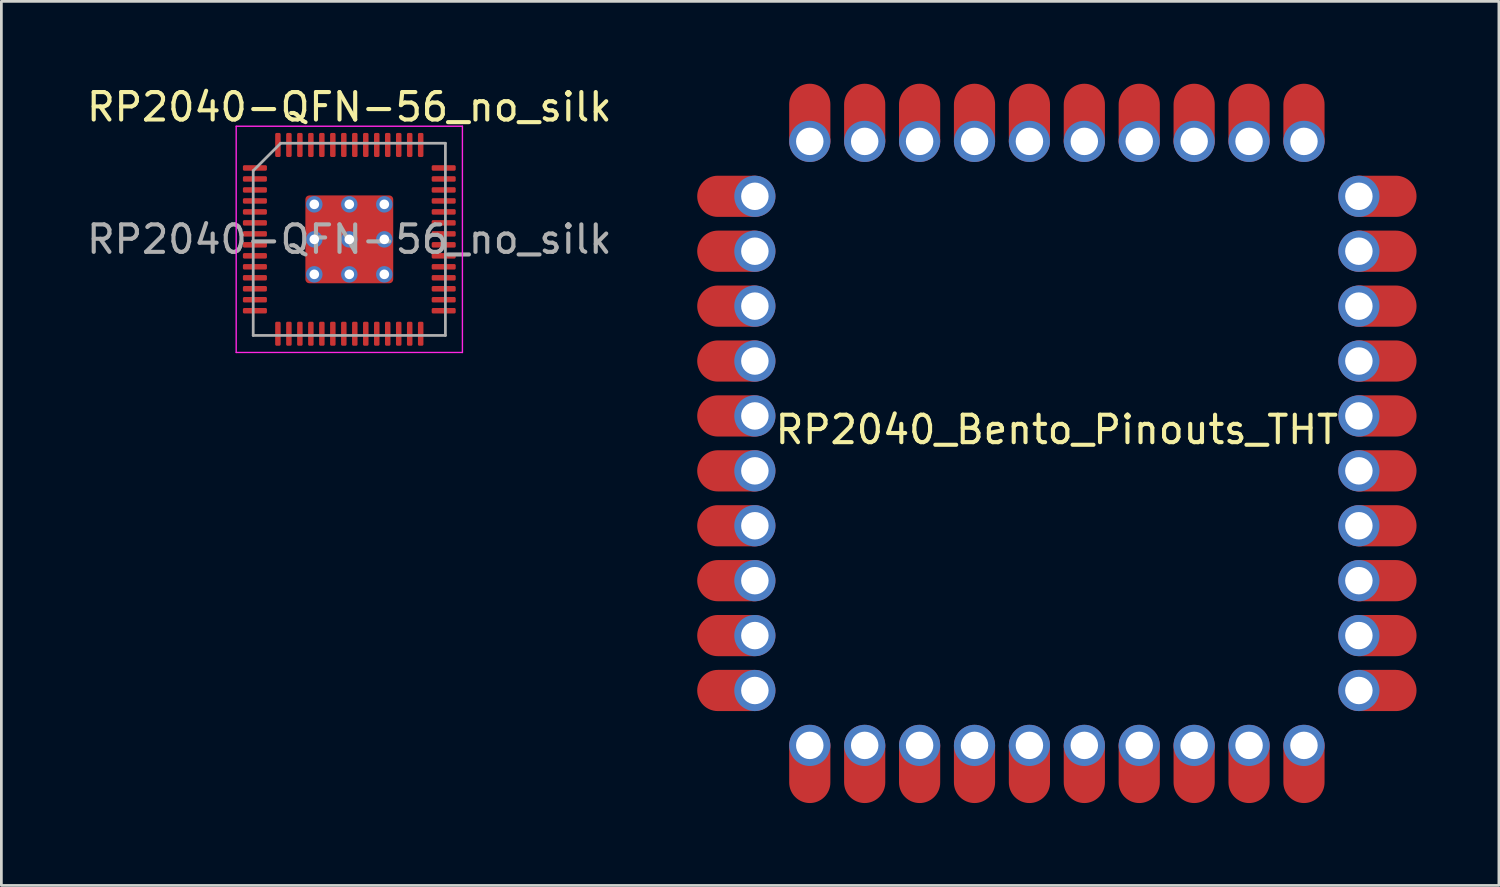
<source format=kicad_pcb>
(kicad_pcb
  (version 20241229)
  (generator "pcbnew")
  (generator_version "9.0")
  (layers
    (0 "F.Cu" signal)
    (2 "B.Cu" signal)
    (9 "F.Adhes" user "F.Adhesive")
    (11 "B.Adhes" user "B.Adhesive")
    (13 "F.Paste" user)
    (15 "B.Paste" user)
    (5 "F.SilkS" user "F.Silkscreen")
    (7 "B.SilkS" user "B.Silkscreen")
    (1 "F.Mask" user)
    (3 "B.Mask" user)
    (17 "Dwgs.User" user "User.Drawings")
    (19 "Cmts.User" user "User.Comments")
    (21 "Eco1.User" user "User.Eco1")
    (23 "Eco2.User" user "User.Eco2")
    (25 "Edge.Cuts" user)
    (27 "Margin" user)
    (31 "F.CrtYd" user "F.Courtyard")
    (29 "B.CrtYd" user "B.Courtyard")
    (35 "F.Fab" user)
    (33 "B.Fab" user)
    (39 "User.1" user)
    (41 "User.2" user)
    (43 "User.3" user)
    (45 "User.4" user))
  (footprint "RP2040_Bento_Pinouts_THT"
    (layer "F.Cu")
    (at 35.445 13.1)
    (property "Reference" "RP2040_Bento_Pinouts_THT" (at 0 -0.5 0) (unlocked yes) (layer "F.SilkS") (effects (font (size 1 1) (thickness 0.15))))
    (pad "1" thru_hole circle (at -11 -9) (size 1.5 1.5) (drill 1) (layers "*.Cu" "*.Mask"))
    (pad "1" smd oval (at -11 -9) (size 2.8 1.5) (drill (offset -0.7 0)) (layers "F.Cu" "F.Mask" "F.Paste"))
    (pad "2" thru_hole circle (at -11 -7) (size 1.5 1.5) (drill 1) (layers "*.Cu" "*.Mask"))
    (pad "2" smd oval (at -11 -7) (size 2.8 1.5) (drill (offset -0.7 0)) (layers "F.Cu" "F.Mask" "F.Paste"))
    (pad "3" thru_hole circle (at -11 -5) (size 1.5 1.5) (drill 1) (layers "*.Cu" "*.Mask"))
    (pad "3" smd oval (at -11 -5) (size 2.8 1.5) (drill (offset -0.7 0)) (layers "F.Cu" "F.Mask" "F.Paste"))
    (pad "4" thru_hole circle (at -11 -3) (size 1.5 1.5) (drill 1) (layers "*.Cu" "*.Mask"))
    (pad "4" smd oval (at -11 -3) (size 2.8 1.5) (drill (offset -0.7 0)) (layers "F.Cu" "F.Mask" "F.Paste"))
    (pad "5" thru_hole circle (at -11 -1) (size 1.5 1.5) (drill 1) (layers "*.Cu" "*.Mask"))
    (pad "5" smd oval (at -11 -1) (size 2.8 1.5) (drill (offset -0.7 0)) (layers "F.Cu" "F.Mask" "F.Paste"))
    (pad "6" thru_hole circle (at -11 1) (size 1.5 1.5) (drill 1) (layers "*.Cu" "*.Mask"))
    (pad "6" smd oval (at -11 1) (size 2.8 1.5) (drill (offset -0.7 0)) (layers "F.Cu" "F.Mask" "F.Paste"))
    (pad "7" thru_hole circle (at -11 3) (size 1.5 1.5) (drill 1) (layers "*.Cu" "*.Mask"))
    (pad "7" smd oval (at -11 3) (size 2.8 1.5) (drill (offset -0.7 0)) (layers "F.Cu" "F.Mask" "F.Paste"))
    (pad "8" thru_hole circle (at -11 5) (size 1.5 1.5) (drill 1) (layers "*.Cu" "*.Mask"))
    (pad "8" smd oval (at -11 5) (size 2.8 1.5) (drill (offset -0.7 0)) (layers "F.Cu" "F.Mask" "F.Paste"))
    (pad "9" thru_hole circle (at -11 7) (size 1.5 1.5) (drill 1) (layers "*.Cu" "*.Mask"))
    (pad "9" smd oval (at -11 7) (size 2.8 1.5) (drill (offset -0.7 0)) (layers "F.Cu" "F.Mask" "F.Paste"))
    (pad "10" thru_hole circle (at -11 9) (size 1.5 1.5) (drill 1) (layers "*.Cu" "*.Mask"))
    (pad "10" smd oval (at -11 9) (size 2.8 1.5) (drill (offset -0.7 0)) (layers "F.Cu" "F.Mask" "F.Paste"))
    (pad "11" thru_hole circle (at -9 11) (size 1.5 1.5) (drill 1) (layers "*.Cu" "*.Mask"))
    (pad "11" smd oval (at -9 11 90) (size 2.8 1.5) (drill (offset -0.7 0)) (layers "F.Cu" "F.Mask" "F.Paste"))
    (pad "12" thru_hole circle (at -7 11) (size 1.5 1.5) (drill 1) (layers "*.Cu" "*.Mask"))
    (pad "12" smd oval (at -7 11 90) (size 2.8 1.5) (drill (offset -0.7 0)) (layers "F.Cu" "F.Mask" "F.Paste"))
    (pad "13" thru_hole circle (at -5 11) (size 1.5 1.5) (drill 1) (layers "*.Cu" "*.Mask"))
    (pad "13" smd oval (at -5 11 90) (size 2.8 1.5) (drill (offset -0.7 0)) (layers "F.Cu" "F.Mask" "F.Paste"))
    (pad "14" thru_hole circle (at -3 11) (size 1.5 1.5) (drill 1) (layers "*.Cu" "*.Mask"))
    (pad "14" smd oval (at -3 11 90) (size 2.8 1.5) (drill (offset -0.7 0)) (layers "F.Cu" "F.Mask" "F.Paste"))
    (pad "15" thru_hole circle (at -1 11) (size 1.5 1.5) (drill 1) (layers "*.Cu" "*.Mask"))
    (pad "15" smd oval (at -1 11 90) (size 2.8 1.5) (drill (offset -0.7 0)) (layers "F.Cu" "F.Mask" "F.Paste"))
    (pad "16" thru_hole circle (at 1 11) (size 1.5 1.5) (drill 1) (layers "*.Cu" "*.Mask"))
    (pad "16" smd oval (at 1 11 90) (size 2.8 1.5) (drill (offset -0.7 0)) (layers "F.Cu" "F.Mask" "F.Paste"))
    (pad "17" thru_hole circle (at 3 11) (size 1.5 1.5) (drill 1) (layers "*.Cu" "*.Mask"))
    (pad "17" smd oval (at 3 11 90) (size 2.8 1.5) (drill (offset -0.7 0)) (layers "F.Cu" "F.Mask" "F.Paste"))
    (pad "18" thru_hole circle (at 5 11) (size 1.5 1.5) (drill 1) (layers "*.Cu" "*.Mask"))
    (pad "18" smd oval (at 5 11 90) (size 2.8 1.5) (drill (offset -0.7 0)) (layers "F.Cu" "F.Mask" "F.Paste"))
    (pad "19" thru_hole circle (at 7 11) (size 1.5 1.5) (drill 1) (layers "*.Cu" "*.Mask"))
    (pad "19" smd oval (at 7 11 90) (size 2.8 1.5) (drill (offset -0.7 0)) (layers "F.Cu" "F.Mask" "F.Paste"))
    (pad "20" thru_hole circle (at 9 11) (size 1.5 1.5) (drill 1) (layers "*.Cu" "*.Mask"))
    (pad "20" smd oval (at 9 11 90) (size 2.8 1.5) (drill (offset -0.7 0)) (layers "F.Cu" "F.Mask" "F.Paste"))
    (pad "21" thru_hole circle (at 11 9) (size 1.5 1.5) (drill 1) (layers "*.Cu" "*.Mask"))
    (pad "21" smd oval (at 11 9 180) (size 2.8 1.5) (drill (offset -0.7 0)) (layers "F.Cu" "F.Mask" "F.Paste"))
    (pad "22" thru_hole circle (at 11 7) (size 1.5 1.5) (drill 1) (layers "*.Cu" "*.Mask"))
    (pad "22" smd oval (at 11 7 180) (size 2.8 1.5) (drill (offset -0.7 0)) (layers "F.Cu" "F.Mask" "F.Paste"))
    (pad "23" thru_hole circle (at 11 5) (size 1.5 1.5) (drill 1) (layers "*.Cu" "*.Mask"))
    (pad "23" smd oval (at 11 5 180) (size 2.8 1.5) (drill (offset -0.7 0)) (layers "F.Cu" "F.Mask" "F.Paste"))
    (pad "24" thru_hole circle (at 11 3) (size 1.5 1.5) (drill 1) (layers "*.Cu" "*.Mask"))
    (pad "24" smd oval (at 11 3 180) (size 2.8 1.5) (drill (offset -0.7 0)) (layers "F.Cu" "F.Mask" "F.Paste"))
    (pad "25" thru_hole circle (at 11 1) (size 1.5 1.5) (drill 1) (layers "*.Cu" "*.Mask"))
    (pad "25" smd oval (at 11 1 180) (size 2.8 1.5) (drill (offset -0.7 0)) (layers "F.Cu" "F.Mask" "F.Paste"))
    (pad "26" thru_hole circle (at 11 -1) (size 1.5 1.5) (drill 1) (layers "*.Cu" "*.Mask"))
    (pad "26" smd oval (at 11 -1 180) (size 2.8 1.5) (drill (offset -0.7 0)) (layers "F.Cu" "F.Mask" "F.Paste"))
    (pad "27" thru_hole circle (at 11 -3) (size 1.5 1.5) (drill 1) (layers "*.Cu" "*.Mask"))
    (pad "27" smd oval (at 11 -3 180) (size 2.8 1.5) (drill (offset -0.7 0)) (layers "F.Cu" "F.Mask" "F.Paste"))
    (pad "28" thru_hole circle (at 11 -5) (size 1.5 1.5) (drill 1) (layers "*.Cu" "*.Mask"))
    (pad "28" smd oval (at 11 -5 180) (size 2.8 1.5) (drill (offset -0.7 0)) (layers "F.Cu" "F.Mask" "F.Paste"))
    (pad "29" thru_hole circle (at 11 -7) (size 1.5 1.5) (drill 1) (layers "*.Cu" "*.Mask"))
    (pad "29" smd oval (at 11 -7 180) (size 2.8 1.5) (drill (offset -0.7 0)) (layers "F.Cu" "F.Mask" "F.Paste"))
    (pad "30" thru_hole circle (at 11 -9) (size 1.5 1.5) (drill 1) (layers "*.Cu" "*.Mask"))
    (pad "30" smd oval (at 11 -9 180) (size 2.8 1.5) (drill (offset -0.7 0)) (layers "F.Cu" "F.Mask" "F.Paste"))
    (pad "31" thru_hole circle (at 9 -11) (size 1.5 1.5) (drill 1) (layers "*.Cu" "*.Mask"))
    (pad "31" smd oval (at 9 -11 270) (size 2.8 1.5) (drill (offset -0.7 0)) (layers "F.Cu" "F.Mask" "F.Paste"))
    (pad "32" thru_hole circle (at 7 -11) (size 1.5 1.5) (drill 1) (layers "*.Cu" "*.Mask"))
    (pad "32" smd oval (at 7 -11 270) (size 2.8 1.5) (drill (offset -0.7 0)) (layers "F.Cu" "F.Mask" "F.Paste"))
    (pad "33" thru_hole circle (at 5 -11) (size 1.5 1.5) (drill 1) (layers "*.Cu" "*.Mask"))
    (pad "33" smd oval (at 5 -11 270) (size 2.8 1.5) (drill (offset -0.7 0)) (layers "F.Cu" "F.Mask" "F.Paste"))
    (pad "34" thru_hole circle (at 3 -11) (size 1.5 1.5) (drill 1) (layers "*.Cu" "*.Mask"))
    (pad "34" smd oval (at 3 -11 270) (size 2.8 1.5) (drill (offset -0.7 0)) (layers "F.Cu" "F.Mask" "F.Paste"))
    (pad "35" thru_hole circle (at 1 -11) (size 1.5 1.5) (drill 1) (layers "*.Cu" "*.Mask"))
    (pad "35" smd oval (at 1 -11 270) (size 2.8 1.5) (drill (offset -0.7 0)) (layers "F.Cu" "F.Mask" "F.Paste"))
    (pad "36" thru_hole circle (at -1 -11) (size 1.5 1.5) (drill 1) (layers "*.Cu" "*.Mask"))
    (pad "36" smd oval (at -1 -11 270) (size 2.8 1.5) (drill (offset -0.7 0)) (layers "F.Cu" "F.Mask" "F.Paste"))
    (pad "37" thru_hole circle (at -3 -11) (size 1.5 1.5) (drill 1) (layers "*.Cu" "*.Mask"))
    (pad "37" smd oval (at -3 -11 270) (size 2.8 1.5) (drill (offset -0.7 0)) (layers "F.Cu" "F.Mask" "F.Paste"))
    (pad "38" thru_hole circle (at -5 -11) (size 1.5 1.5) (drill 1) (layers "*.Cu" "*.Mask"))
    (pad "38" smd oval (at -5 -11 270) (size 2.8 1.5) (drill (offset -0.7 0)) (layers "F.Cu" "F.Mask" "F.Paste"))
    (pad "39" thru_hole circle (at -7 -11) (size 1.5 1.5) (drill 1) (layers "*.Cu" "*.Mask"))
    (pad "39" smd oval (at -7 -11 270) (size 2.8 1.5) (drill (offset -0.7 0)) (layers "F.Cu" "F.Mask" "F.Paste"))
    (pad "40" thru_hole circle (at -9 -11) (size 1.5 1.5) (drill 1) (layers "*.Cu" "*.Mask"))
    (pad "40" smd oval (at -9 -11 270) (size 2.8 1.5) (drill (offset -0.7 0)) (layers "F.Cu" "F.Mask" "F.Paste")))
  (footprint "RP2040-QFN-56_no_silk"
    (layer "F.Cu")
    (at 9.673 5.668)
    (property "Reference" "RP2040-QFN-56_no_silk" (at 0 -4.82 0) (layer "F.SilkS") (effects (font (size 1 1) (thickness 0.15))))
    (attr smd)
    (fp_line (start -4.12 -4.12) (end -4.12 4.12) (stroke (width 0.05) (type solid)) (layer "F.CrtYd"))
    (fp_line (start -4.12 4.12) (end 4.12 4.12) (stroke (width 0.05) (type solid)) (layer "F.CrtYd"))
    (fp_line (start 4.12 -4.12) (end -4.12 -4.12) (stroke (width 0.05) (type solid)) (layer "F.CrtYd"))
    (fp_line (start 4.12 4.12) (end 4.12 -4.12) (stroke (width 0.05) (type solid)) (layer "F.CrtYd"))
    (fp_line (start -3.5 -2.5) (end -2.5 -3.5) (stroke (width 0.1) (type solid)) (layer "F.Fab"))
    (fp_line (start -3.5 3.5) (end -3.5 -2.5) (stroke (width 0.1) (type solid)) (layer "F.Fab"))
    (fp_line (start -2.5 -3.5) (end 3.5 -3.5) (stroke (width 0.1) (type solid)) (layer "F.Fab"))
    (fp_line (start 3.5 -3.5) (end 3.5 3.5) (stroke (width 0.1) (type solid)) (layer "F.Fab"))
    (fp_line (start 3.5 3.5) (end -3.5 3.5) (stroke (width 0.1) (type solid)) (layer "F.Fab"))
    (fp_text user "${REFERENCE}" (at 0 0 0) (layer "F.Fab") (effects (font (size 1 1) (thickness 0.15))))
    (pad "" smd roundrect (at -0.637 -0.637) (size 1.084 1.084) (layers "F.Paste") (roundrect_rratio 0.231))
    (pad "" smd roundrect (at -0.637 0.637) (size 1.084 1.084) (layers "F.Paste") (roundrect_rratio 0.231))
    (pad "" smd roundrect (at 0.637 -0.637) (size 1.084 1.084) (layers "F.Paste") (roundrect_rratio 0.231))
    (pad "" smd roundrect (at 0.637 0.637) (size 1.084 1.084) (layers "F.Paste") (roundrect_rratio 0.231))
    (pad "1" smd roundrect (at -3.438 -2.6) (size 0.875 0.2) (layers "F.Cu" "F.Mask" "F.Paste") (roundrect_rratio 0.25))
    (pad "2" smd roundrect (at -3.438 -2.2) (size 0.875 0.2) (layers "F.Cu" "F.Mask" "F.Paste") (roundrect_rratio 0.25))
    (pad "3" smd roundrect (at -3.438 -1.8) (size 0.875 0.2) (layers "F.Cu" "F.Mask" "F.Paste") (roundrect_rratio 0.25))
    (pad "4" smd roundrect (at -3.438 -1.4) (size 0.875 0.2) (layers "F.Cu" "F.Mask" "F.Paste") (roundrect_rratio 0.25))
    (pad "5" smd roundrect (at -3.438 -1) (size 0.875 0.2) (layers "F.Cu" "F.Mask" "F.Paste") (roundrect_rratio 0.25))
    (pad "6" smd roundrect (at -3.438 -0.6) (size 0.875 0.2) (layers "F.Cu" "F.Mask" "F.Paste") (roundrect_rratio 0.25))
    (pad "7" smd roundrect (at -3.438 -0.2) (size 0.875 0.2) (layers "F.Cu" "F.Mask" "F.Paste") (roundrect_rratio 0.25))
    (pad "8" smd roundrect (at -3.438 0.2) (size 0.875 0.2) (layers "F.Cu" "F.Mask" "F.Paste") (roundrect_rratio 0.25))
    (pad "9" smd roundrect (at -3.438 0.6) (size 0.875 0.2) (layers "F.Cu" "F.Mask" "F.Paste") (roundrect_rratio 0.25))
    (pad "10" smd roundrect (at -3.438 1) (size 0.875 0.2) (layers "F.Cu" "F.Mask" "F.Paste") (roundrect_rratio 0.25))
    (pad "11" smd roundrect (at -3.438 1.4) (size 0.875 0.2) (layers "F.Cu" "F.Mask" "F.Paste") (roundrect_rratio 0.25))
    (pad "12" smd roundrect (at -3.438 1.8) (size 0.875 0.2) (layers "F.Cu" "F.Mask" "F.Paste") (roundrect_rratio 0.25))
    (pad "13" smd roundrect (at -3.438 2.2) (size 0.875 0.2) (layers "F.Cu" "F.Mask" "F.Paste") (roundrect_rratio 0.25))
    (pad "14" smd roundrect (at -3.438 2.6) (size 0.875 0.2) (layers "F.Cu" "F.Mask" "F.Paste") (roundrect_rratio 0.25))
    (pad "15" smd roundrect (at -2.6 3.438) (size 0.2 0.875) (layers "F.Cu" "F.Mask" "F.Paste") (roundrect_rratio 0.25))
    (pad "16" smd roundrect (at -2.2 3.438) (size 0.2 0.875) (layers "F.Cu" "F.Mask" "F.Paste") (roundrect_rratio 0.25))
    (pad "17" smd roundrect (at -1.8 3.438) (size 0.2 0.875) (layers "F.Cu" "F.Mask" "F.Paste") (roundrect_rratio 0.25))
    (pad "18" smd roundrect (at -1.4 3.438) (size 0.2 0.875) (layers "F.Cu" "F.Mask" "F.Paste") (roundrect_rratio 0.25))
    (pad "19" smd roundrect (at -1 3.438) (size 0.2 0.875) (layers "F.Cu" "F.Mask" "F.Paste") (roundrect_rratio 0.25))
    (pad "20" smd roundrect (at -0.6 3.438) (size 0.2 0.875) (layers "F.Cu" "F.Mask" "F.Paste") (roundrect_rratio 0.25))
    (pad "21" smd roundrect (at -0.2 3.438) (size 0.2 0.875) (layers "F.Cu" "F.Mask" "F.Paste") (roundrect_rratio 0.25))
    (pad "22" smd roundrect (at 0.2 3.438) (size 0.2 0.875) (layers "F.Cu" "F.Mask" "F.Paste") (roundrect_rratio 0.25))
    (pad "23" smd roundrect (at 0.6 3.438) (size 0.2 0.875) (layers "F.Cu" "F.Mask" "F.Paste") (roundrect_rratio 0.25))
    (pad "24" smd roundrect (at 1 3.438) (size 0.2 0.875) (layers "F.Cu" "F.Mask" "F.Paste") (roundrect_rratio 0.25))
    (pad "25" smd roundrect (at 1.4 3.438) (size 0.2 0.875) (layers "F.Cu" "F.Mask" "F.Paste") (roundrect_rratio 0.25))
    (pad "26" smd roundrect (at 1.8 3.438) (size 0.2 0.875) (layers "F.Cu" "F.Mask" "F.Paste") (roundrect_rratio 0.25))
    (pad "27" smd roundrect (at 2.2 3.438) (size 0.2 0.875) (layers "F.Cu" "F.Mask" "F.Paste") (roundrect_rratio 0.25))
    (pad "28" smd roundrect (at 2.6 3.438) (size 0.2 0.875) (layers "F.Cu" "F.Mask" "F.Paste") (roundrect_rratio 0.25))
    (pad "29" smd roundrect (at 3.438 2.6) (size 0.875 0.2) (layers "F.Cu" "F.Mask" "F.Paste") (roundrect_rratio 0.25))
    (pad "30" smd roundrect (at 3.438 2.2) (size 0.875 0.2) (layers "F.Cu" "F.Mask" "F.Paste") (roundrect_rratio 0.25))
    (pad "31" smd roundrect (at 3.438 1.8) (size 0.875 0.2) (layers "F.Cu" "F.Mask" "F.Paste") (roundrect_rratio 0.25))
    (pad "32" smd roundrect (at 3.438 1.4) (size 0.875 0.2) (layers "F.Cu" "F.Mask" "F.Paste") (roundrect_rratio 0.25))
    (pad "33" smd roundrect (at 3.438 1) (size 0.875 0.2) (layers "F.Cu" "F.Mask" "F.Paste") (roundrect_rratio 0.25))
    (pad "34" smd roundrect (at 3.438 0.6) (size 0.875 0.2) (layers "F.Cu" "F.Mask" "F.Paste") (roundrect_rratio 0.25))
    (pad "35" smd roundrect (at 3.438 0.2) (size 0.875 0.2) (layers "F.Cu" "F.Mask" "F.Paste") (roundrect_rratio 0.25))
    (pad "36" smd roundrect (at 3.438 -0.2) (size 0.875 0.2) (layers "F.Cu" "F.Mask" "F.Paste") (roundrect_rratio 0.25))
    (pad "37" smd roundrect (at 3.438 -0.6) (size 0.875 0.2) (layers "F.Cu" "F.Mask" "F.Paste") (roundrect_rratio 0.25))
    (pad "38" smd roundrect (at 3.438 -1) (size 0.875 0.2) (layers "F.Cu" "F.Mask" "F.Paste") (roundrect_rratio 0.25))
    (pad "39" smd roundrect (at 3.438 -1.4) (size 0.875 0.2) (layers "F.Cu" "F.Mask" "F.Paste") (roundrect_rratio 0.25))
    (pad "40" smd roundrect (at 3.438 -1.8) (size 0.875 0.2) (layers "F.Cu" "F.Mask" "F.Paste") (roundrect_rratio 0.25))
    (pad "41" smd roundrect (at 3.438 -2.2) (size 0.875 0.2) (layers "F.Cu" "F.Mask" "F.Paste") (roundrect_rratio 0.25))
    (pad "42" smd roundrect (at 3.438 -2.6) (size 0.875 0.2) (layers "F.Cu" "F.Mask" "F.Paste") (roundrect_rratio 0.25))
    (pad "43" smd roundrect (at 2.6 -3.438) (size 0.2 0.875) (layers "F.Cu" "F.Mask" "F.Paste") (roundrect_rratio 0.25))
    (pad "44" smd roundrect (at 2.2 -3.438) (size 0.2 0.875) (layers "F.Cu" "F.Mask" "F.Paste") (roundrect_rratio 0.25))
    (pad "45" smd roundrect (at 1.8 -3.438) (size 0.2 0.875) (layers "F.Cu" "F.Mask" "F.Paste") (roundrect_rratio 0.25))
    (pad "46" smd roundrect (at 1.4 -3.438) (size 0.2 0.875) (layers "F.Cu" "F.Mask" "F.Paste") (roundrect_rratio 0.25))
    (pad "47" smd roundrect (at 1 -3.438) (size 0.2 0.875) (layers "F.Cu" "F.Mask" "F.Paste") (roundrect_rratio 0.25))
    (pad "48" smd roundrect (at 0.6 -3.438) (size 0.2 0.875) (layers "F.Cu" "F.Mask" "F.Paste") (roundrect_rratio 0.25))
    (pad "49" smd roundrect (at 0.2 -3.438) (size 0.2 0.875) (layers "F.Cu" "F.Mask" "F.Paste") (roundrect_rratio 0.25))
    (pad "50" smd roundrect (at -0.2 -3.438) (size 0.2 0.875) (layers "F.Cu" "F.Mask" "F.Paste") (roundrect_rratio 0.25))
    (pad "51" smd roundrect (at -0.6 -3.438) (size 0.2 0.875) (layers "F.Cu" "F.Mask" "F.Paste") (roundrect_rratio 0.25))
    (pad "52" smd roundrect (at -1 -3.438) (size 0.2 0.875) (layers "F.Cu" "F.Mask" "F.Paste") (roundrect_rratio 0.25))
    (pad "53" smd roundrect (at -1.4 -3.438) (size 0.2 0.875) (layers "F.Cu" "F.Mask" "F.Paste") (roundrect_rratio 0.25))
    (pad "54" smd roundrect (at -1.8 -3.438) (size 0.2 0.875) (layers "F.Cu" "F.Mask" "F.Paste") (roundrect_rratio 0.25))
    (pad "55" smd roundrect (at -2.2 -3.438) (size 0.2 0.875) (layers "F.Cu" "F.Mask" "F.Paste") (roundrect_rratio 0.25))
    (pad "56" smd roundrect (at -2.6 -3.438) (size 0.2 0.875) (layers "F.Cu" "F.Mask" "F.Paste") (roundrect_rratio 0.25))
    (pad "57" thru_hole circle (at -1.275 -1.275) (size 0.6 0.6) (drill 0.35) (layers "*.Cu"))
    (pad "57" thru_hole circle (at -1.275 0) (size 0.6 0.6) (drill 0.35) (layers "*.Cu"))
    (pad "57" thru_hole circle (at -1.275 1.275) (size 0.6 0.6) (drill 0.35) (layers "*.Cu"))
    (pad "57" thru_hole circle (at 0 -1.275) (size 0.6 0.6) (drill 0.35) (layers "*.Cu"))
    (pad "57" thru_hole circle (at 0 0) (size 0.6 0.6) (drill 0.35) (layers "*.Cu"))
    (pad "57" smd roundrect (at 0 0) (size 3.2 3.2) (layers "F.Cu" "F.Mask") (roundrect_rratio 0.045))
    (pad "57" thru_hole circle (at 0 1.275) (size 0.6 0.6) (drill 0.35) (layers "*.Cu"))
    (pad "57" thru_hole circle (at 1.275 -1.275) (size 0.6 0.6) (drill 0.35) (layers "*.Cu"))
    (pad "57" thru_hole circle (at 1.275 0) (size 0.6 0.6) (drill 0.35) (layers "*.Cu"))
    (pad "57" thru_hole circle (at 1.275 1.275) (size 0.6 0.6) (drill 0.35) (layers "*.Cu")))
  (gr_rect
    (start -3 -3)
    (end 51.545 29.2)
    (stroke (width 0.1) (type default))
    (fill no)
    (layer "Edge.Cuts")))
</source>
